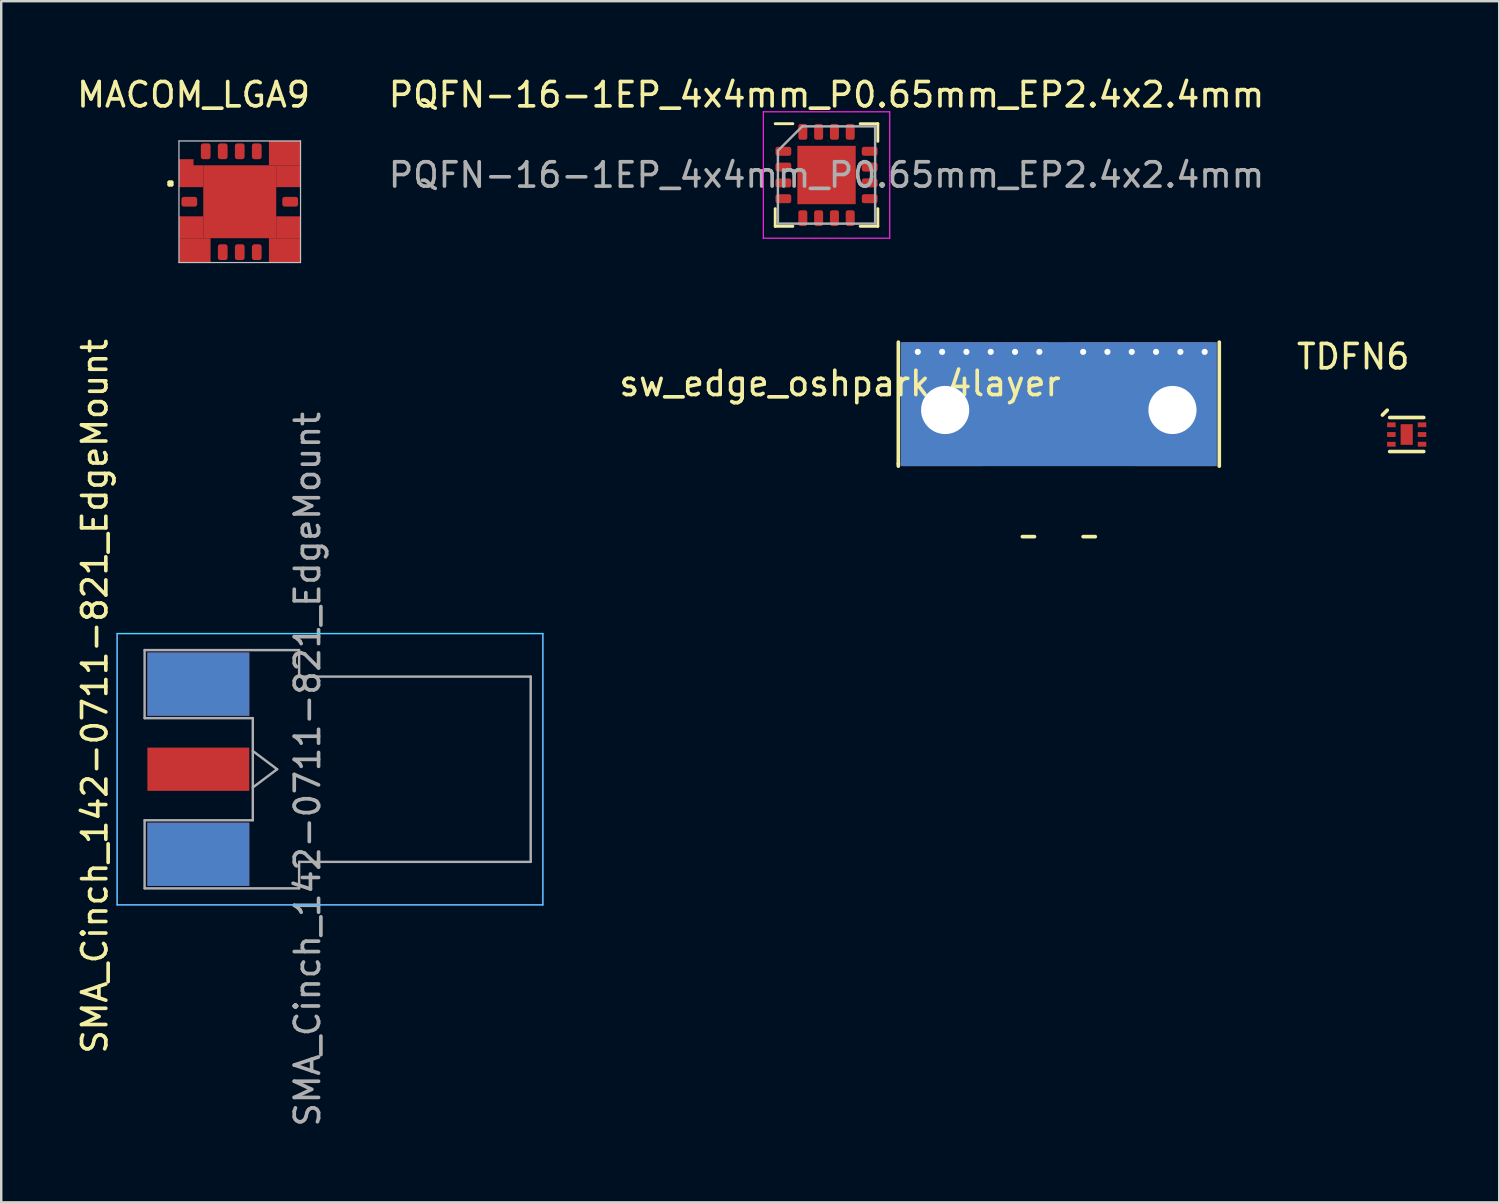
<source format=kicad_pcb>
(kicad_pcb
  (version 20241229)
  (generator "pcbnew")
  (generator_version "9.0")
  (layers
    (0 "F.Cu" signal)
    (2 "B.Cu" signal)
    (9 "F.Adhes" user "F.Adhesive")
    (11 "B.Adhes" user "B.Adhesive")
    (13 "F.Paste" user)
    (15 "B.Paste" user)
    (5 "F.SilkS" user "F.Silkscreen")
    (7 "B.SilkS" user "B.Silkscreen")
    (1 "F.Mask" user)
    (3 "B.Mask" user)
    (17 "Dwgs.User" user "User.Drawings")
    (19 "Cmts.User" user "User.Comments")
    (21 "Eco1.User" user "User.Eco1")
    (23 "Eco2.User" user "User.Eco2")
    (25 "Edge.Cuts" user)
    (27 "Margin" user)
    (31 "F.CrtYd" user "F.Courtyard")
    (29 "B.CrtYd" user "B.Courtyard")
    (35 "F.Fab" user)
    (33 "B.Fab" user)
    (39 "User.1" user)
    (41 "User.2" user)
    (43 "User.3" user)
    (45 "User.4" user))
  (footprint "MACOM_LGA9"
    (layer "F.Cu")
    (at 6.811 5.248)
    (property "Reference" "MACOM_LGA9" (at -1.9 -4.4 0) (layer "F.SilkS") (effects (font (size 1 1) (thickness 0.15))))
    (attr through_hole)
    (fp_line (start -2.9 -0.8) (end -2.8 -0.8) (stroke (width 0.15) (type solid)) (layer "F.SilkS"))
    (fp_line (start -2.9 -0.7) (end -2.9 -0.8) (stroke (width 0.15) (type solid)) (layer "F.SilkS"))
    (fp_line (start -2.8 -0.8) (end -2.8 -0.7) (stroke (width 0.15) (type solid)) (layer "F.SilkS"))
    (fp_line (start -2.8 -0.7) (end -2.9 -0.7) (stroke (width 0.15) (type solid)) (layer "F.SilkS"))
    (fp_line (start -2.5 -2.5) (end -2.5 2.5) (stroke (width 0.05) (type solid)) (layer "Dwgs.User"))
    (fp_line (start -2.5 2.5) (end 2.5 2.5) (stroke (width 0.05) (type solid)) (layer "Dwgs.User"))
    (fp_line (start 2.5 -2.5) (end -2.5 -2.5) (stroke (width 0.05) (type solid)) (layer "Dwgs.User"))
    (fp_line (start 2.5 2.5) (end 2.5 -2.5) (stroke (width 0.05) (type solid)) (layer "Dwgs.User"))
    (pad "1" smd roundrect (at -2.075 0) (size 0.65 0.4) (layers "F.Cu" "F.Mask" "F.Paste") (roundrect_rratio 0.25))
    (pad "2" smd roundrect (at -0.7 2.075 90) (size 0.65 0.4) (layers "F.Cu" "F.Mask" "F.Paste") (roundrect_rratio 0.25))
    (pad "3" smd roundrect (at 0 2.075 90) (size 0.65 0.4) (layers "F.Cu" "F.Mask" "F.Paste") (roundrect_rratio 0.25))
    (pad "4" smd roundrect (at 0.7 2.075 90) (size 0.65 0.4) (layers "F.Cu" "F.Mask" "F.Paste") (roundrect_rratio 0.25))
    (pad "5" smd roundrect (at 2.075 0) (size 0.65 0.4) (layers "F.Cu" "F.Mask" "F.Paste") (roundrect_rratio 0.25))
    (pad "6" smd roundrect (at 0.7 -2.075 90) (size 0.65 0.4) (layers "F.Cu" "F.Mask" "F.Paste") (roundrect_rratio 0.25))
    (pad "7" smd roundrect (at 0 -2.075 90) (size 0.65 0.4) (layers "F.Cu" "F.Mask" "F.Paste") (roundrect_rratio 0.25))
    (pad "8" smd roundrect (at -0.7 -2.075 90) (size 0.65 0.4) (layers "F.Cu" "F.Mask" "F.Paste") (roundrect_rratio 0.25))
    (pad "9" smd roundrect (at -1.4 -2.075 90) (size 0.65 0.4) (layers "F.Cu" "F.Mask" "F.Paste") (roundrect_rratio 0.25))
    (pad "10" smd rect (at -2.2 -1.6 180) (size 0.6 0.3) (layers "F.Cu" "F.Mask" "F.Paste"))
    (pad "10" smd rect (at -2 -1.05 90) (size 0.9 1) (layers "F.Cu" "F.Mask" "F.Paste"))
    (pad "10" smd rect (at -2 1.05 90) (size 0.9 1) (layers "F.Cu" "F.Mask" "F.Paste"))
    (pad "10" smd rect (at -1.85 2 90) (size 1 1.3) (layers "F.Cu" "F.Mask" "F.Paste"))
    (pad "10" smd rect (at 0 0 90) (size 3 3) (layers "F.Cu" "F.Mask" "F.Paste"))
    (pad "10" smd rect (at 1.85 -2 90) (size 1 1.3) (layers "F.Cu" "F.Mask" "F.Paste"))
    (pad "10" smd rect (at 1.85 2 90) (size 1 1.3) (layers "F.Cu" "F.Mask" "F.Paste"))
    (pad "10" smd rect (at 2 -1.05 90) (size 0.9 1) (layers "F.Cu" "F.Mask" "F.Paste"))
    (pad "10" smd rect (at 2 1.05 90) (size 0.9 1) (layers "F.Cu" "F.Mask" "F.Paste")))
  (footprint "SMA_Cinch_142-0711-821_EdgeMount"
    (layer "F.Cu")
    (at 4.808 28.589)
    (property "Reference" "SMA_Cinch_142-0711-821_EdgeMount" (at -3.96 -3 90) (layer "F.SilkS") (effects (font (size 1 1) (thickness 0.15))))
    (attr smd)
    (fp_line (start -3.04 5.58) (end -3.04 -5.58) (stroke (width 0.05) (type solid)) (layer "B.CrtYd"))
    (fp_line (start 14.47 -5.58) (end -3.04 -5.58) (stroke (width 0.05) (type solid)) (layer "B.CrtYd"))
    (fp_line (start 14.47 -5.58) (end 14.47 5.58) (stroke (width 0.05) (type solid)) (layer "B.CrtYd"))
    (fp_line (start 14.47 5.58) (end -3.04 5.58) (stroke (width 0.05) (type solid)) (layer "B.CrtYd"))
    (fp_line (start -3.04 5.58) (end -3.04 -5.58) (stroke (width 0.05) (type solid)) (layer "F.CrtYd"))
    (fp_line (start 14.47 -5.58) (end -3.04 -5.58) (stroke (width 0.05) (type solid)) (layer "F.CrtYd"))
    (fp_line (start 14.47 -5.58) (end 14.47 5.58) (stroke (width 0.05) (type solid)) (layer "F.CrtYd"))
    (fp_line (start 14.47 5.58) (end -3.04 5.58) (stroke (width 0.05) (type solid)) (layer "F.CrtYd"))
    (fp_line (start -1.91 -4.9) (end -1.91 -2.1) (stroke (width 0.1) (type solid)) (layer "F.Fab"))
    (fp_line (start -1.91 -4.9) (end 4.445 -4.9) (stroke (width 0.1) (type solid)) (layer "F.Fab"))
    (fp_line (start -1.91 -2.1) (end 2.54 -2.1) (stroke (width 0.1) (type solid)) (layer "F.Fab"))
    (fp_line (start -1.91 2.1) (end -1.91 4.9) (stroke (width 0.1) (type solid)) (layer "F.Fab"))
    (fp_line (start -1.91 4.9) (end 4.445 4.9) (stroke (width 0.1) (type solid)) (layer "F.Fab"))
    (fp_line (start 2.54 -2.1) (end 2.54 2.1) (stroke (width 0.1) (type solid)) (layer "F.Fab"))
    (fp_line (start 2.54 -0.75) (end 3.54 0) (stroke (width 0.1) (type solid)) (layer "F.Fab"))
    (fp_line (start 2.54 2.1) (end -1.91 2.1) (stroke (width 0.1) (type solid)) (layer "F.Fab"))
    (fp_line (start 3.54 0) (end 2.54 0.75) (stroke (width 0.1) (type solid)) (layer "F.Fab"))
    (fp_line (start 4.445 -3.81) (end 4.445 -4.9) (stroke (width 0.1) (type solid)) (layer "F.Fab"))
    (fp_line (start 4.445 -3.81) (end 13.97 -3.81) (stroke (width 0.1) (type solid)) (layer "F.Fab"))
    (fp_line (start 4.445 4.9) (end 4.445 3.81) (stroke (width 0.1) (type solid)) (layer "F.Fab"))
    (fp_line (start 13.97 -3.81) (end 13.97 3.81) (stroke (width 0.1) (type solid)) (layer "F.Fab"))
    (fp_line (start 13.97 3.81) (end 4.445 3.81) (stroke (width 0.1) (type solid)) (layer "F.Fab"))
    (fp_text user "${REFERENCE}" (at 4.79 0 270) (layer "F.Fab") (effects (font (size 1 1) (thickness 0.15))))
    (pad "1" smd rect (at 0.3 0 90) (size 1.778 4.191) (layers "F.Cu" "F.Mask" "F.Paste"))
    (pad "2" smd rect (at 0.3 -3.5 90) (size 2.6 4.191) (layers "F.Cu" "F.Mask" "F.Paste"))
    (pad "2" smd rect (at 0.3 -3.5 90) (size 2.6 4.191) (layers "B.Cu" "B.Mask" "B.Paste"))
    (pad "2" smd rect (at 0.3 3.5 90) (size 2.6 4.191) (layers "F.Cu" "F.Mask" "F.Paste"))
    (pad "2" smd rect (at 0.3 3.5 90) (size 2.6 4.191) (layers "B.Cu" "B.Mask" "B.Paste")))
  (footprint "TDFN6"
    (layer "F.Cu")
    (at 54.809 14.822)
    (property "Reference" "TDFN6" (at -2.2 -3.2 0) (layer "F.SilkS") (effects (font (size 1 1) (thickness 0.15))))
    (attr through_hole)
    (fp_line (start -0.8 -1) (end -1 -0.8) (stroke (width 0.15) (type solid)) (layer "F.SilkS"))
    (fp_line (start -0.7 -0.7) (end 0.7 -0.7) (stroke (width 0.15) (type solid)) (layer "F.SilkS"))
    (fp_line (start -0.7 0.7) (end 0.7 0.7) (stroke (width 0.15) (type solid)) (layer "F.SilkS"))
    (pad "1" smd rect (at -0.63 -0.4) (size 0.35 0.2) (layers "F.Cu" "F.Mask" "F.Paste"))
    (pad "2" smd rect (at -0.63 0) (size 0.35 0.2) (layers "F.Cu" "F.Mask" "F.Paste"))
    (pad "3" smd rect (at -0.63 0.4) (size 0.35 0.2) (layers "F.Cu" "F.Mask" "F.Paste"))
    (pad "4" smd rect (at 0.63 0.4) (size 0.35 0.2) (layers "F.Cu" "F.Mask" "F.Paste"))
    (pad "5" smd rect (at 0.63 0) (size 0.35 0.2) (layers "F.Cu" "F.Mask" "F.Paste"))
    (pad "6" smd rect (at 0.63 -0.4) (size 0.35 0.2) (layers "F.Cu" "F.Mask" "F.Paste"))
    (pad "7" smd rect (at 0 0) (size 0.5 0.85) (layers "F.Cu" "F.Mask" "F.Paste")))
  (footprint "sw_edge_oshpark_4layer"
    (layer "F.Cu")
    (at 40.5 11.023)
    (property "Reference" "sw_edge_oshpark_4layer" (at -9 1.7 0) (layer "F.SilkS") (effects (font (size 1 1) (thickness 0.15))))
    (attr through_hole)
    (fp_poly (pts (xy -6.6 0) (xy -0.5 0) (xy -0.5 5.1) (xy -6.6 5.1)) (stroke (width 0.1) (type solid)) (fill yes) (layer "F.Mask"))
    (fp_poly (pts (xy -0.6 1.9) (xy 0.6 1.9) (xy 0.6 5.1) (xy -0.6 5.1)) (stroke (width 0.1) (type solid)) (fill yes) (layer "F.Mask"))
    (fp_poly (pts (xy -0.5 0) (xy 0.5 0) (xy 0.5 1.3) (xy -0.5 1.3)) (stroke (width 0.1) (type solid)) (fill yes) (layer "F.Mask"))
    (fp_poly (pts (xy 0.5 0) (xy 6.6 0) (xy 6.6 5.1) (xy 0.5 5.1)) (stroke (width 0.1) (type solid)) (fill yes) (layer "F.Mask"))
    (fp_line (start -6.6 0) (end -6.6 5) (stroke (width 0.15) (type solid)) (layer "F.SilkS"))
    (fp_line (start -6.6 5) (end -6.6 5.1) (stroke (width 0.15) (type solid)) (layer "F.SilkS"))
    (fp_line (start -1 8) (end -1.5 8) (stroke (width 0.15) (type solid)) (layer "F.SilkS"))
    (fp_line (start 1 8) (end 1.5 8) (stroke (width 0.15) (type solid)) (layer "F.SilkS"))
    (fp_line (start 6.6 0) (end 6.6 5.1) (stroke (width 0.15) (type solid)) (layer "F.SilkS"))
    (pad "1" smd trapezoid (at 0 0.55) (size 0.3 0.95) (rect_delta 0 0.11) (layers "F.Cu" "F.Mask"))
    (pad "1" smd rect (at 0 3.04) (size 0.41 4.08) (layers "F.Cu"))
    (pad "2" thru_hole circle (at -5.8 0.4) (size 0.5 0.5) (drill 0.254) (layers "*.Cu" "*.Mask"))
    (pad "2" thru_hole circle (at -4.8 0.4) (size 0.5 0.5) (drill 0.254) (layers "*.Cu" "*.Mask"))
    (pad "2" smd rect (at -4.775 2.85 180) (size 3.25 4.5) (layers "F.Cu" "F.Mask"))
    (pad "2" thru_hole circle (at -4.675 2.79) (size 3 3) (drill 1.98) (layers "*.Cu" "*.Mask"))
    (pad "2" thru_hole circle (at -3.8 0.4) (size 0.5 0.5) (drill 0.254) (layers "*.Cu" "*.Mask"))
    (pad "2" smd rect (at -3.4 0.3 180) (size 6 0.6) (layers "F.Cu" "F.Mask"))
    (pad "2" smd trapezoid (at -3.4 0.7) (size 5.8 0.2) (rect_delta 0 -0.2) (layers "F.Cu" "F.Mask"))
    (pad "2" thru_hole circle (at -2.8 0.4) (size 0.5 0.5) (drill 0.254) (layers "*.Cu" "*.Mask"))
    (pad "2" thru_hole circle (at -1.8 0.4) (size 0.5 0.5) (drill 0.254) (layers "*.Cu" "*.Mask"))
    (pad "2" thru_hole circle (at -0.8 0.4) (size 0.5 0.5) (drill 0.254) (layers "*.Cu" "*.Mask"))
    (pad "2" smd rect (at 0 2.55 180) (size 13 5.1) (layers "B.Cu" "B.Mask"))
    (pad "2" thru_hole circle (at 1 0.4) (size 0.5 0.5) (drill 0.254) (layers "*.Cu" "*.Mask"))
    (pad "2" thru_hole circle (at 2 0.4) (size 0.5 0.5) (drill 0.254) (layers "*.Cu" "*.Mask"))
    (pad "2" thru_hole circle (at 3 0.4) (size 0.5 0.5) (drill 0.254) (layers "*.Cu" "*.Mask"))
    (pad "2" smd rect (at 3.4 0.3 180) (size 6 0.6) (layers "F.Cu" "F.Mask"))
    (pad "2" smd trapezoid (at 3.4 0.7) (size 5.8 0.2) (rect_delta 0 -0.2) (layers "F.Cu" "F.Mask"))
    (pad "2" thru_hole circle (at 4 0.4) (size 0.5 0.5) (drill 0.254) (layers "*.Cu" "*.Mask"))
    (pad "2" thru_hole circle (at 4.675 2.79) (size 3 3) (drill 1.98) (layers "*.Cu" "*.Mask"))
    (pad "2" smd rect (at 4.775 2.85 180) (size 3.25 4.5) (layers "F.Cu" "F.Mask"))
    (pad "2" thru_hole circle (at 5 0.4) (size 0.5 0.5) (drill 0.254) (layers "*.Cu" "*.Mask"))
    (pad "2" thru_hole circle (at 6 0.4) (size 0.5 0.5) (drill 0.254) (layers "*.Cu" "*.Mask")))
  (footprint "PQFN-16-1EP_4x4mm_P0.65mm_EP2.4x2.4mm"
    (layer "F.Cu")
    (at 30.946 4.148)
    (property "Reference" "PQFN-16-1EP_4x4mm_P0.65mm_EP2.4x2.4mm" (at 0 -3.3 0) (layer "F.SilkS") (effects (font (size 1 1) (thickness 0.15))))
    (attr smd)
    (fp_line (start -2.11 2.11) (end -2.11 1.385) (stroke (width 0.12) (type solid)) (layer "F.SilkS"))
    (fp_line (start -1.385 -2.11) (end -2.11 -2.11) (stroke (width 0.12) (type solid)) (layer "F.SilkS"))
    (fp_line (start -1.385 2.11) (end -2.11 2.11) (stroke (width 0.12) (type solid)) (layer "F.SilkS"))
    (fp_line (start 1.385 -2.11) (end 2.11 -2.11) (stroke (width 0.12) (type solid)) (layer "F.SilkS"))
    (fp_line (start 1.385 2.11) (end 2.11 2.11) (stroke (width 0.12) (type solid)) (layer "F.SilkS"))
    (fp_line (start 2.11 -2.11) (end 2.11 -1.385) (stroke (width 0.12) (type solid)) (layer "F.SilkS"))
    (fp_line (start 2.11 2.11) (end 2.11 1.385) (stroke (width 0.12) (type solid)) (layer "F.SilkS"))
    (fp_line (start -2.6 -2.6) (end -2.6 2.6) (stroke (width 0.05) (type solid)) (layer "F.CrtYd"))
    (fp_line (start -2.6 2.6) (end 2.6 2.6) (stroke (width 0.05) (type solid)) (layer "F.CrtYd"))
    (fp_line (start 2.6 -2.6) (end -2.6 -2.6) (stroke (width 0.05) (type solid)) (layer "F.CrtYd"))
    (fp_line (start 2.6 2.6) (end 2.6 -2.6) (stroke (width 0.05) (type solid)) (layer "F.CrtYd"))
    (fp_line (start -2 -1) (end -1 -2) (stroke (width 0.1) (type solid)) (layer "F.Fab"))
    (fp_line (start -2 2) (end -2 -1) (stroke (width 0.1) (type solid)) (layer "F.Fab"))
    (fp_line (start -1 -2) (end 2 -2) (stroke (width 0.1) (type solid)) (layer "F.Fab"))
    (fp_line (start 2 -2) (end 2 2) (stroke (width 0.1) (type solid)) (layer "F.Fab"))
    (fp_line (start 2 2) (end -2 2) (stroke (width 0.1) (type solid)) (layer "F.Fab"))
    (fp_text user "${REFERENCE}" (at 0 0 0) (layer "F.Fab") (effects (font (size 1 1) (thickness 0.15))))
    (pad "" smd roundrect (at -0.625 -0.625) (size 1.01 1.01) (layers "F.Paste") (roundrect_rratio 0.248))
    (pad "" smd roundrect (at -0.625 0.625) (size 1.01 1.01) (layers "F.Paste") (roundrect_rratio 0.248))
    (pad "" smd roundrect (at 0.625 -0.625) (size 1.01 1.01) (layers "F.Paste") (roundrect_rratio 0.248))
    (pad "" smd roundrect (at 0.625 0.625) (size 1.01 1.01) (layers "F.Paste") (roundrect_rratio 0.248))
    (pad "1" smd roundrect (at -1.775 -0.975) (size 0.65 0.37) (layers "F.Cu" "F.Mask" "F.Paste") (roundrect_rratio 0.25))
    (pad "2" smd roundrect (at -1.775 -0.325) (size 0.65 0.37) (layers "F.Cu" "F.Mask" "F.Paste") (roundrect_rratio 0.25))
    (pad "3" smd roundrect (at -1.775 0.325) (size 0.65 0.37) (layers "F.Cu" "F.Mask" "F.Paste") (roundrect_rratio 0.25))
    (pad "4" smd roundrect (at -1.775 0.975) (size 0.65 0.37) (layers "F.Cu" "F.Mask" "F.Paste") (roundrect_rratio 0.25))
    (pad "5" smd roundrect (at -0.975 1.775 90) (size 0.65 0.37) (layers "F.Cu" "F.Mask" "F.Paste") (roundrect_rratio 0.25))
    (pad "6" smd roundrect (at -0.325 1.775 90) (size 0.65 0.37) (layers "F.Cu" "F.Mask" "F.Paste") (roundrect_rratio 0.25))
    (pad "7" smd roundrect (at 0.325 1.775 90) (size 0.65 0.37) (layers "F.Cu" "F.Mask" "F.Paste") (roundrect_rratio 0.25))
    (pad "8" smd roundrect (at 0.975 1.775 90) (size 0.65 0.37) (layers "F.Cu" "F.Mask" "F.Paste") (roundrect_rratio 0.25))
    (pad "9" smd roundrect (at 1.775 0.975) (size 0.65 0.37) (layers "F.Cu" "F.Mask" "F.Paste") (roundrect_rratio 0.25))
    (pad "10" smd roundrect (at 1.775 0.325) (size 0.65 0.37) (layers "F.Cu" "F.Mask" "F.Paste") (roundrect_rratio 0.25))
    (pad "11" smd roundrect (at 1.775 -0.325) (size 0.65 0.37) (layers "F.Cu" "F.Mask" "F.Paste") (roundrect_rratio 0.25))
    (pad "12" smd roundrect (at 1.775 -0.975) (size 0.65 0.37) (layers "F.Cu" "F.Mask" "F.Paste") (roundrect_rratio 0.25))
    (pad "13" smd roundrect (at 0.975 -1.775 90) (size 0.65 0.37) (layers "F.Cu" "F.Mask" "F.Paste") (roundrect_rratio 0.25))
    (pad "14" smd roundrect (at 0.325 -1.775 90) (size 0.65 0.37) (layers "F.Cu" "F.Mask" "F.Paste") (roundrect_rratio 0.25))
    (pad "15" smd roundrect (at -0.325 -1.775 270) (size 0.65 0.37) (layers "F.Cu" "F.Mask" "F.Paste") (roundrect_rratio 0.25))
    (pad "16" smd roundrect (at -0.975 -1.775 90) (size 0.65 0.37) (layers "F.Cu" "F.Mask" "F.Paste") (roundrect_rratio 0.25))
    (pad "17" smd rect (at 0 0) (size 2.4 2.4) (layers "F.Cu" "F.Mask")))
  (gr_rect
    (start -3 -3)
    (end 58.614 46.404)
    (stroke (width 0.1) (type default))
    (fill no)
    (layer "Edge.Cuts")))
</source>
